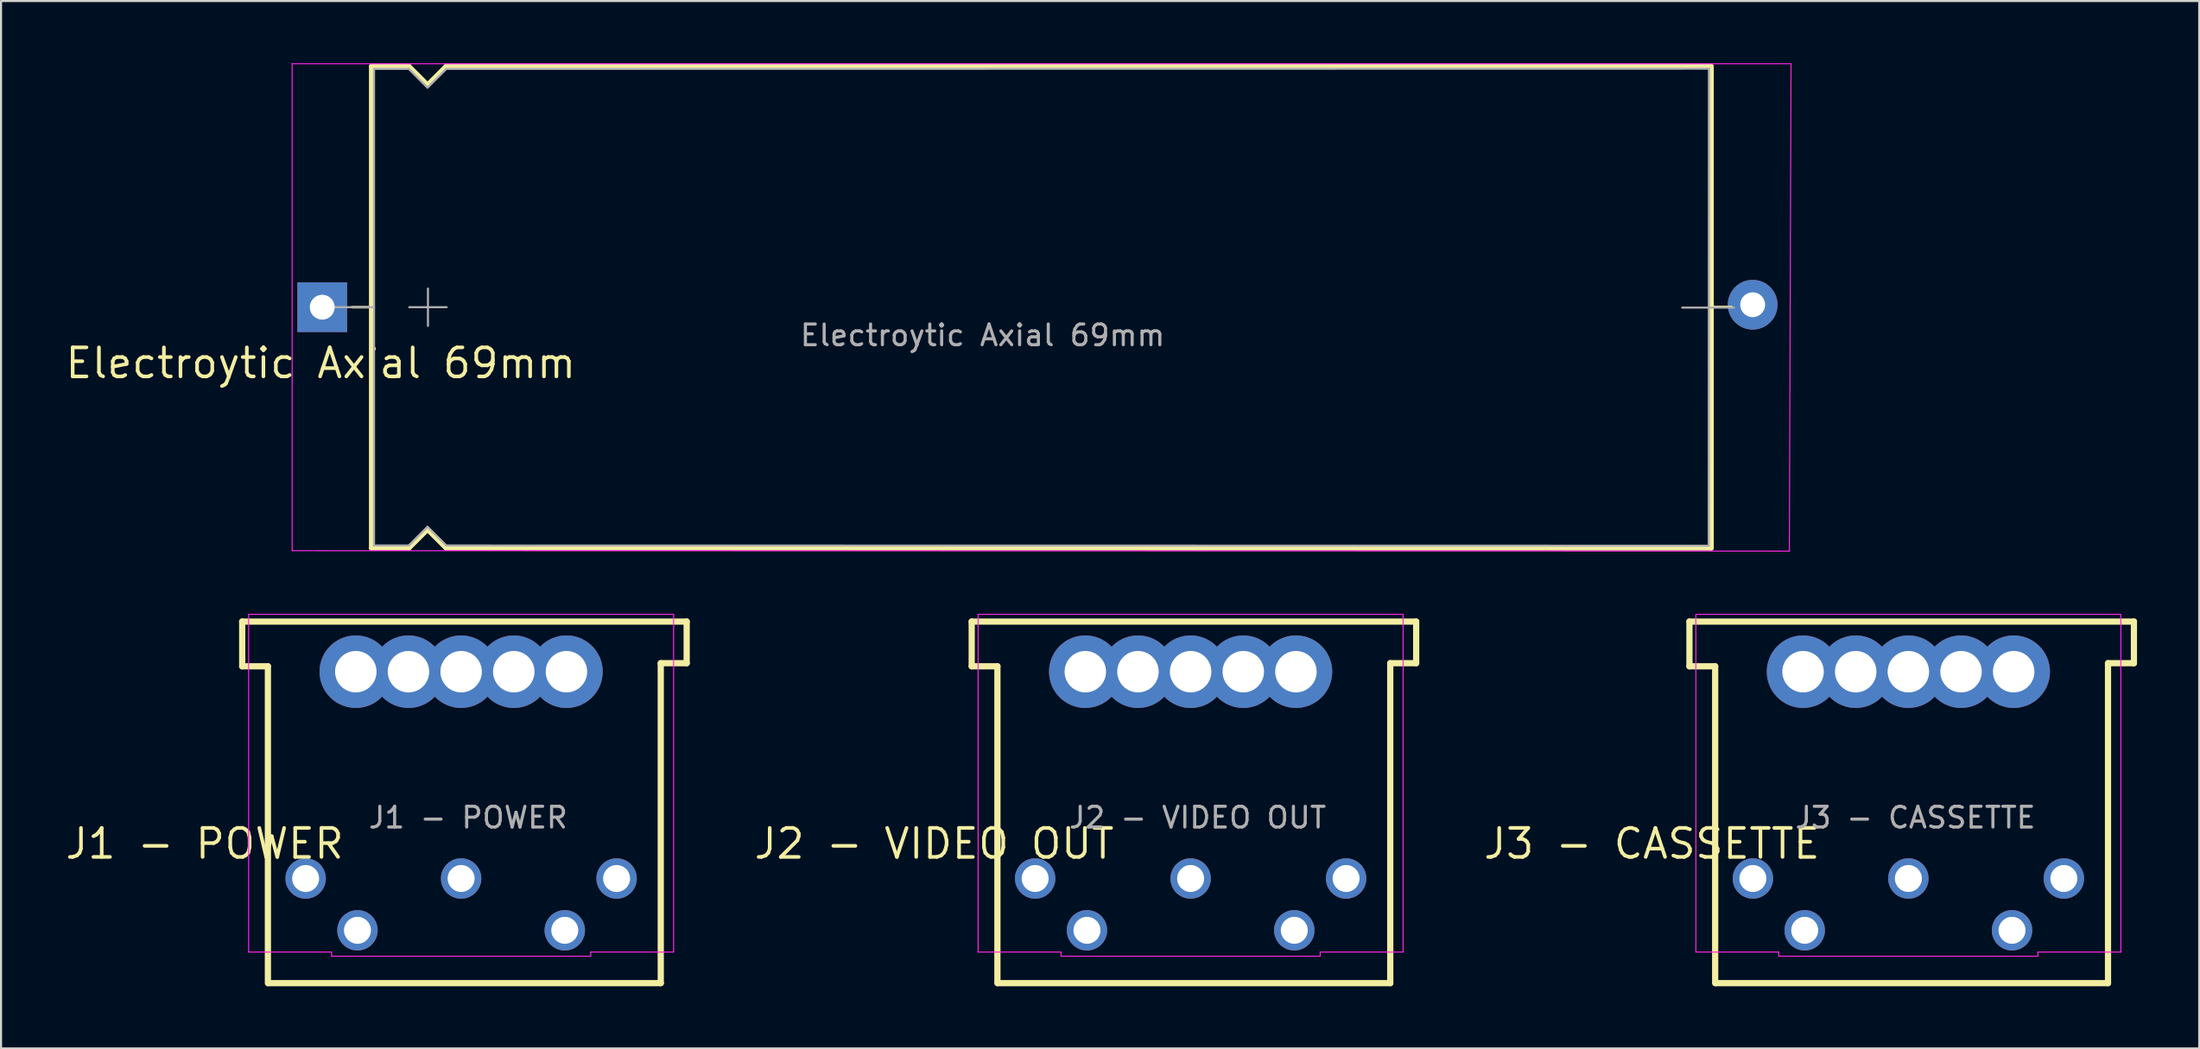
<source format=kicad_pcb>
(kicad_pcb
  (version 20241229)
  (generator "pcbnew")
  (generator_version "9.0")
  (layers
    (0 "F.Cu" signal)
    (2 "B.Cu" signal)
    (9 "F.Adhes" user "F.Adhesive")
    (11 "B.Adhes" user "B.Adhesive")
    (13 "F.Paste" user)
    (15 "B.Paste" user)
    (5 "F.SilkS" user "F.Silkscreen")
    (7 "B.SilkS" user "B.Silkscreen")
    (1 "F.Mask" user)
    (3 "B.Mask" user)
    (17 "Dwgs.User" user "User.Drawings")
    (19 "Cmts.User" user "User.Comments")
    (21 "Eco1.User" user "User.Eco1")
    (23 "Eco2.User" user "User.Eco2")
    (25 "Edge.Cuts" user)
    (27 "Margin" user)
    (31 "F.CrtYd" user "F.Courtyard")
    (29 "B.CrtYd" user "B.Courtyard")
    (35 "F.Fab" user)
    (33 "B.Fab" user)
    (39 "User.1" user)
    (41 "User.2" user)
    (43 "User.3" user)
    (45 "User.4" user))
  (footprint "J3 - CASSETTE"
    (layer "F.Cu")
    (at 88.994 36.005)
    (property "Reference" "J3 - CASSETTE" (at -12.36 1.66 0) (unlocked yes) (layer "F.SilkS") (effects (font (size 1.4 1.4) (thickness 0.175))))
    (attr through_hole)
    (fp_line (start -10.55 -9.06) (end -10.55 -6.9) (stroke (width 0.3) (type default)) (layer "F.SilkS"))
    (fp_line (start -10.55 -6.9) (end -9.31 -6.9) (stroke (width 0.3) (type default)) (layer "F.SilkS"))
    (fp_line (start -9.31 -6.9) (end -9.31 8.39) (stroke (width 0.3) (type default)) (layer "F.SilkS"))
    (fp_line (start -9.29 8.39) (end 9.64 8.39) (stroke (width 0.3) (type default)) (layer "F.SilkS"))
    (fp_line (start 9.64 -7.05) (end 10.89 -7.05) (stroke (width 0.3) (type default)) (layer "F.SilkS"))
    (fp_line (start 9.64 8.39) (end 9.64 -7.05) (stroke (width 0.3) (type default)) (layer "F.SilkS"))
    (fp_line (start 10.89 -9.06) (end -10.55 -9.06) (stroke (width 0.3) (type default)) (layer "F.SilkS"))
    (fp_line (start 10.89 -7.05) (end 10.89 -9.06) (stroke (width 0.3) (type default)) (layer "F.SilkS"))
    (fp_line (start -10.24 -9.41) (end 10.26 -9.41) (stroke (width 0.05) (type solid)) (layer "F.CrtYd"))
    (fp_line (start -10.24 6.89) (end -10.24 -9.41) (stroke (width 0.05) (type solid)) (layer "F.CrtYd"))
    (fp_line (start -6.24 6.89) (end -10.24 6.89) (stroke (width 0.05) (type solid)) (layer "F.CrtYd"))
    (fp_line (start -6.24 7.09) (end -6.24 6.89) (stroke (width 0.05) (type solid)) (layer "F.CrtYd"))
    (fp_line (start 6.26 6.89) (end 6.26 7.09) (stroke (width 0.05) (type solid)) (layer "F.CrtYd"))
    (fp_line (start 6.26 7.09) (end -6.24 7.09) (stroke (width 0.05) (type solid)) (layer "F.CrtYd"))
    (fp_line (start 10.26 -9.41) (end 10.26 6.89) (stroke (width 0.05) (type solid)) (layer "F.CrtYd"))
    (fp_line (start 10.26 6.89) (end 6.26 6.89) (stroke (width 0.05) (type solid)) (layer "F.CrtYd"))
    (fp_text user "${REFERENCE}" (at 0.35 0.4 0) (unlocked yes) (layer "F.Fab") (effects (font (size 1 1) (thickness 0.15))))
    (pad "1" thru_hole circle (at -7.49 3.34 180) (size 1.95 1.95) (drill 1.3) (layers "*.Cu" "*.Mask"))
    (pad "2" thru_hole circle (at -5.07 -6.64 180) (size 3.5 3.5) (drill 2) (layers "*.Cu" "*.Mask"))
    (pad "2" thru_hole circle (at -2.53 -6.64 180) (size 3.5 3.5) (drill 2) (layers "*.Cu" "*.Mask"))
    (pad "2" thru_hole circle (at 0.01 -6.64 180) (size 3.5 3.5) (drill 2) (layers "*.Cu" "*.Mask"))
    (pad "2" thru_hole circle (at 0.01 3.34 180) (size 1.95 1.95) (drill 1.3) (layers "*.Cu" "*.Mask"))
    (pad "2" thru_hole circle (at 2.55 -6.64 180) (size 3.5 3.5) (drill 2) (layers "*.Cu" "*.Mask"))
    (pad "2" thru_hole circle (at 5.09 -6.64 180) (size 3.5 3.5) (drill 2) (layers "*.Cu" "*.Mask"))
    (pad "3" thru_hole circle (at 7.51 3.34 180) (size 1.95 1.95) (drill 1.3) (layers "*.Cu" "*.Mask"))
    (pad "4" thru_hole circle (at -4.99 5.84 180) (size 1.95 1.95) (drill 1.3) (layers "*.Cu" "*.Mask"))
    (pad "5" thru_hole circle (at 5.01 5.84 180) (size 1.95 1.95) (drill 1.3) (layers "*.Cu" "*.Mask")))
  (footprint "Electroytic Axial 69mm"
    (layer "F.Cu")
    (at 44.348 10.63)
    (property "Reference" "Electroytic Axial 69mm" (at -31.925 3.845 0) (unlocked yes) (layer "F.SilkS") (effects (font (size 1.4 1.4) (thickness 0.175))))
    (attr through_hole)
    (fp_line (start -30.415 1.145) (end -29.475 1.145) (stroke (width 0.12) (type solid)) (layer "F.SilkS"))
    (fp_line (start -29.475 -10.475) (end -29.475 12.765) (stroke (width 0.25) (type solid)) (layer "F.SilkS"))
    (fp_line (start -29.475 -10.475) (end -27.675 -10.475) (stroke (width 0.25) (type solid)) (layer "F.SilkS"))
    (fp_line (start -29.475 12.765) (end -27.675 12.765) (stroke (width 0.25) (type solid)) (layer "F.SilkS"))
    (fp_line (start -27.675 -10.475) (end -26.775 -9.575) (stroke (width 0.25) (type solid)) (layer "F.SilkS"))
    (fp_line (start -27.675 12.765) (end -26.775 11.865) (stroke (width 0.25) (type solid)) (layer "F.SilkS"))
    (fp_line (start -26.775 -9.575) (end -25.875 -10.475) (stroke (width 0.25) (type solid)) (layer "F.SilkS"))
    (fp_line (start -26.775 11.865) (end -25.875 12.765) (stroke (width 0.25) (type solid)) (layer "F.SilkS"))
    (fp_line (start -25.875 -10.475) (end 35.145 -10.475) (stroke (width 0.25) (type solid)) (layer "F.SilkS"))
    (fp_line (start -25.875 12.765) (end 35.145 12.765) (stroke (width 0.25) (type solid)) (layer "F.SilkS"))
    (fp_line (start 35.145 -10.475) (end 35.145 12.765) (stroke (width 0.25) (type solid)) (layer "F.SilkS"))
    (fp_line (start 36.125 1.135) (end 35.185 1.135) (stroke (width 0.12) (type solid)) (layer "F.SilkS"))
    (fp_line (start -33.305 -10.605) (end -33.305 12.895) (stroke (width 0.05) (type solid)) (layer "F.CrtYd"))
    (fp_line (start -33.305 12.895) (end 38.915 12.915) (stroke (width 0.05) (type solid)) (layer "F.CrtYd"))
    (fp_line (start 38.915 12.915) (end 38.995 -10.605) (stroke (width 0.05) (type solid)) (layer "F.CrtYd"))
    (fp_line (start 38.995 -10.605) (end -33.305 -10.605) (stroke (width 0.05) (type solid)) (layer "F.CrtYd"))
    (fp_line (start -31.855 1.145) (end -29.355 1.145) (stroke (width 0.1) (type solid)) (layer "F.Fab"))
    (fp_line (start -29.355 -10.355) (end -29.355 12.645) (stroke (width 0.1) (type solid)) (layer "F.Fab"))
    (fp_line (start -29.355 -10.355) (end -27.675 -10.355) (stroke (width 0.1) (type solid)) (layer "F.Fab"))
    (fp_line (start -29.355 12.645) (end -27.675 12.645) (stroke (width 0.1) (type solid)) (layer "F.Fab"))
    (fp_line (start -27.675 -10.355) (end -26.775 -9.455) (stroke (width 0.1) (type solid)) (layer "F.Fab"))
    (fp_line (start -27.675 12.645) (end -26.775 11.745) (stroke (width 0.1) (type solid)) (layer "F.Fab"))
    (fp_line (start -27.655 1.145) (end -25.855 1.145) (stroke (width 0.1) (type solid)) (layer "F.Fab"))
    (fp_line (start -26.775 -9.455) (end -25.875 -10.355) (stroke (width 0.1) (type solid)) (layer "F.Fab"))
    (fp_line (start -26.775 11.745) (end -25.875 12.645) (stroke (width 0.1) (type solid)) (layer "F.Fab"))
    (fp_line (start -26.755 0.245) (end -26.755 2.045) (stroke (width 0.1) (type solid)) (layer "F.Fab"))
    (fp_line (start -25.875 -10.355) (end 35.035 -10.365) (stroke (width 0.1) (type solid)) (layer "F.Fab"))
    (fp_line (start -25.875 12.645) (end 35.025 12.655) (stroke (width 0.1) (type solid)) (layer "F.Fab"))
    (fp_line (start 35.035 -10.365) (end 35.025 12.655) (stroke (width 0.1) (type solid)) (layer "F.Fab"))
    (fp_line (start 36.245 1.165) (end 33.745 1.165) (stroke (width 0.1) (type solid)) (layer "F.Fab"))
    (fp_text user "${REFERENCE}" (at 0 2.5 0) (unlocked yes) (layer "F.Fab") (effects (font (size 1 1) (thickness 0.15))))
    (pad "1" thru_hole rect (at -31.855 1.145) (size 2.4 2.4) (drill 1.2) (layers "*.Cu" "*.Mask"))
    (pad "2" thru_hole oval (at 37.145 1.025) (size 2.4 2.4) (drill 1.2) (layers "*.Cu" "*.Mask")))
  (footprint "J1 - POWER"
    (layer "F.Cu")
    (at 19.183 36.005)
    (property "Reference" "J1 - POWER" (at -12.36 1.66 0) (unlocked yes) (layer "F.SilkS") (effects (font (size 1.4 1.4) (thickness 0.175))))
    (attr through_hole)
    (fp_line (start -10.55 -9.06) (end -10.55 -6.9) (stroke (width 0.3) (type default)) (layer "F.SilkS"))
    (fp_line (start -10.55 -6.9) (end -9.31 -6.9) (stroke (width 0.3) (type default)) (layer "F.SilkS"))
    (fp_line (start -9.31 -6.9) (end -9.31 8.39) (stroke (width 0.3) (type default)) (layer "F.SilkS"))
    (fp_line (start -9.29 8.39) (end 9.64 8.39) (stroke (width 0.3) (type default)) (layer "F.SilkS"))
    (fp_line (start 9.64 -7.05) (end 10.89 -7.05) (stroke (width 0.3) (type default)) (layer "F.SilkS"))
    (fp_line (start 9.64 8.39) (end 9.64 -7.05) (stroke (width 0.3) (type default)) (layer "F.SilkS"))
    (fp_line (start 10.89 -9.06) (end -10.55 -9.06) (stroke (width 0.3) (type default)) (layer "F.SilkS"))
    (fp_line (start 10.89 -7.05) (end 10.89 -9.06) (stroke (width 0.3) (type default)) (layer "F.SilkS"))
    (fp_line (start -10.24 -9.41) (end 10.26 -9.41) (stroke (width 0.05) (type solid)) (layer "F.CrtYd"))
    (fp_line (start -10.24 6.89) (end -10.24 -9.41) (stroke (width 0.05) (type solid)) (layer "F.CrtYd"))
    (fp_line (start -6.24 6.89) (end -10.24 6.89) (stroke (width 0.05) (type solid)) (layer "F.CrtYd"))
    (fp_line (start -6.24 7.09) (end -6.24 6.89) (stroke (width 0.05) (type solid)) (layer "F.CrtYd"))
    (fp_line (start 6.26 6.89) (end 6.26 7.09) (stroke (width 0.05) (type solid)) (layer "F.CrtYd"))
    (fp_line (start 6.26 7.09) (end -6.24 7.09) (stroke (width 0.05) (type solid)) (layer "F.CrtYd"))
    (fp_line (start 10.26 -9.41) (end 10.26 6.89) (stroke (width 0.05) (type solid)) (layer "F.CrtYd"))
    (fp_line (start 10.26 6.89) (end 6.26 6.89) (stroke (width 0.05) (type solid)) (layer "F.CrtYd"))
    (fp_text user "${REFERENCE}" (at 0.35 0.4 0) (unlocked yes) (layer "F.Fab") (effects (font (size 1 1) (thickness 0.15))))
    (pad "1" thru_hole circle (at -7.49 3.34 180) (size 1.95 1.95) (drill 1.3) (layers "*.Cu" "*.Mask"))
    (pad "2" thru_hole circle (at 0.01 3.34 180) (size 1.95 1.95) (drill 1.3) (layers "*.Cu" "*.Mask"))
    (pad "3" thru_hole circle (at 7.51 3.34 180) (size 1.95 1.95) (drill 1.3) (layers "*.Cu" "*.Mask"))
    (pad "4" thru_hole circle (at -5.07 -6.64 180) (size 3.5 3.5) (drill 2) (layers "*.Cu" "*.Mask"))
    (pad "4" thru_hole circle (at -4.99 5.84 180) (size 1.95 1.95) (drill 1.3) (layers "*.Cu" "*.Mask"))
    (pad "4" thru_hole circle (at -2.53 -6.64 180) (size 3.5 3.5) (drill 2) (layers "*.Cu" "*.Mask"))
    (pad "4" thru_hole circle (at 0.01 -6.64 180) (size 3.5 3.5) (drill 2) (layers "*.Cu" "*.Mask"))
    (pad "4" thru_hole circle (at 2.55 -6.64 180) (size 3.5 3.5) (drill 2) (layers "*.Cu" "*.Mask"))
    (pad "4" thru_hole circle (at 5.09 -6.64 180) (size 3.5 3.5) (drill 2) (layers "*.Cu" "*.Mask"))
    (pad "5" thru_hole circle (at 5.01 5.84 180) (size 1.95 1.95) (drill 1.3) (layers "*.Cu" "*.Mask")))
  (footprint "J2 - VIDEO OUT"
    (layer "F.Cu")
    (at 54.372 36.005)
    (property "Reference" "J2 - VIDEO OUT" (at -12.36 1.66 0) (unlocked yes) (layer "F.SilkS") (effects (font (size 1.4 1.4) (thickness 0.175))))
    (attr through_hole)
    (fp_line (start -10.55 -9.06) (end -10.55 -6.9) (stroke (width 0.3) (type default)) (layer "F.SilkS"))
    (fp_line (start -10.55 -6.9) (end -9.31 -6.9) (stroke (width 0.3) (type default)) (layer "F.SilkS"))
    (fp_line (start -9.31 -6.9) (end -9.31 8.39) (stroke (width 0.3) (type default)) (layer "F.SilkS"))
    (fp_line (start -9.29 8.39) (end 9.64 8.39) (stroke (width 0.3) (type default)) (layer "F.SilkS"))
    (fp_line (start 9.64 -7.05) (end 10.89 -7.05) (stroke (width 0.3) (type default)) (layer "F.SilkS"))
    (fp_line (start 9.64 8.39) (end 9.64 -7.05) (stroke (width 0.3) (type default)) (layer "F.SilkS"))
    (fp_line (start 10.89 -9.06) (end -10.55 -9.06) (stroke (width 0.3) (type default)) (layer "F.SilkS"))
    (fp_line (start 10.89 -7.05) (end 10.89 -9.06) (stroke (width 0.3) (type default)) (layer "F.SilkS"))
    (fp_line (start -10.24 -9.41) (end 10.26 -9.41) (stroke (width 0.05) (type solid)) (layer "F.CrtYd"))
    (fp_line (start -10.24 6.89) (end -10.24 -9.41) (stroke (width 0.05) (type solid)) (layer "F.CrtYd"))
    (fp_line (start -6.24 6.89) (end -10.24 6.89) (stroke (width 0.05) (type solid)) (layer "F.CrtYd"))
    (fp_line (start -6.24 7.09) (end -6.24 6.89) (stroke (width 0.05) (type solid)) (layer "F.CrtYd"))
    (fp_line (start 6.26 6.89) (end 6.26 7.09) (stroke (width 0.05) (type solid)) (layer "F.CrtYd"))
    (fp_line (start 6.26 7.09) (end -6.24 7.09) (stroke (width 0.05) (type solid)) (layer "F.CrtYd"))
    (fp_line (start 10.26 -9.41) (end 10.26 6.89) (stroke (width 0.05) (type solid)) (layer "F.CrtYd"))
    (fp_line (start 10.26 6.89) (end 6.26 6.89) (stroke (width 0.05) (type solid)) (layer "F.CrtYd"))
    (fp_text user "${REFERENCE}" (at 0.35 0.4 0) (unlocked yes) (layer "F.Fab") (effects (font (size 1 1) (thickness 0.15))))
    (pad "1" thru_hole circle (at -7.49 3.34 180) (size 1.95 1.95) (drill 1.3) (layers "*.Cu" "*.Mask"))
    (pad "2" thru_hole circle (at 0.01 3.34 180) (size 1.95 1.95) (drill 1.3) (layers "*.Cu" "*.Mask"))
    (pad "3" thru_hole circle (at 7.51 3.34 180) (size 1.95 1.95) (drill 1.3) (layers "*.Cu" "*.Mask"))
    (pad "4" thru_hole circle (at -4.99 5.84 180) (size 1.95 1.95) (drill 1.3) (layers "*.Cu" "*.Mask"))
    (pad "5" thru_hole circle (at -5.07 -6.64 180) (size 3.5 3.5) (drill 2) (layers "*.Cu" "*.Mask"))
    (pad "5" thru_hole circle (at -2.53 -6.64 180) (size 3.5 3.5) (drill 2) (layers "*.Cu" "*.Mask"))
    (pad "5" thru_hole circle (at 0.01 -6.64 180) (size 3.5 3.5) (drill 2) (layers "*.Cu" "*.Mask"))
    (pad "5" thru_hole circle (at 2.55 -6.64 180) (size 3.5 3.5) (drill 2) (layers "*.Cu" "*.Mask"))
    (pad "5" thru_hole circle (at 5.01 5.84 180) (size 1.95 1.95) (drill 1.3) (layers "*.Cu" "*.Mask"))
    (pad "5" thru_hole circle (at 5.09 -6.64 180) (size 3.5 3.5) (drill 2) (layers "*.Cu" "*.Mask")))
  (gr_rect
    (start -3 -3)
    (end 103.034 47.545)
    (stroke (width 0.1) (type default))
    (fill no)
    (layer "Edge.Cuts")))
</source>
